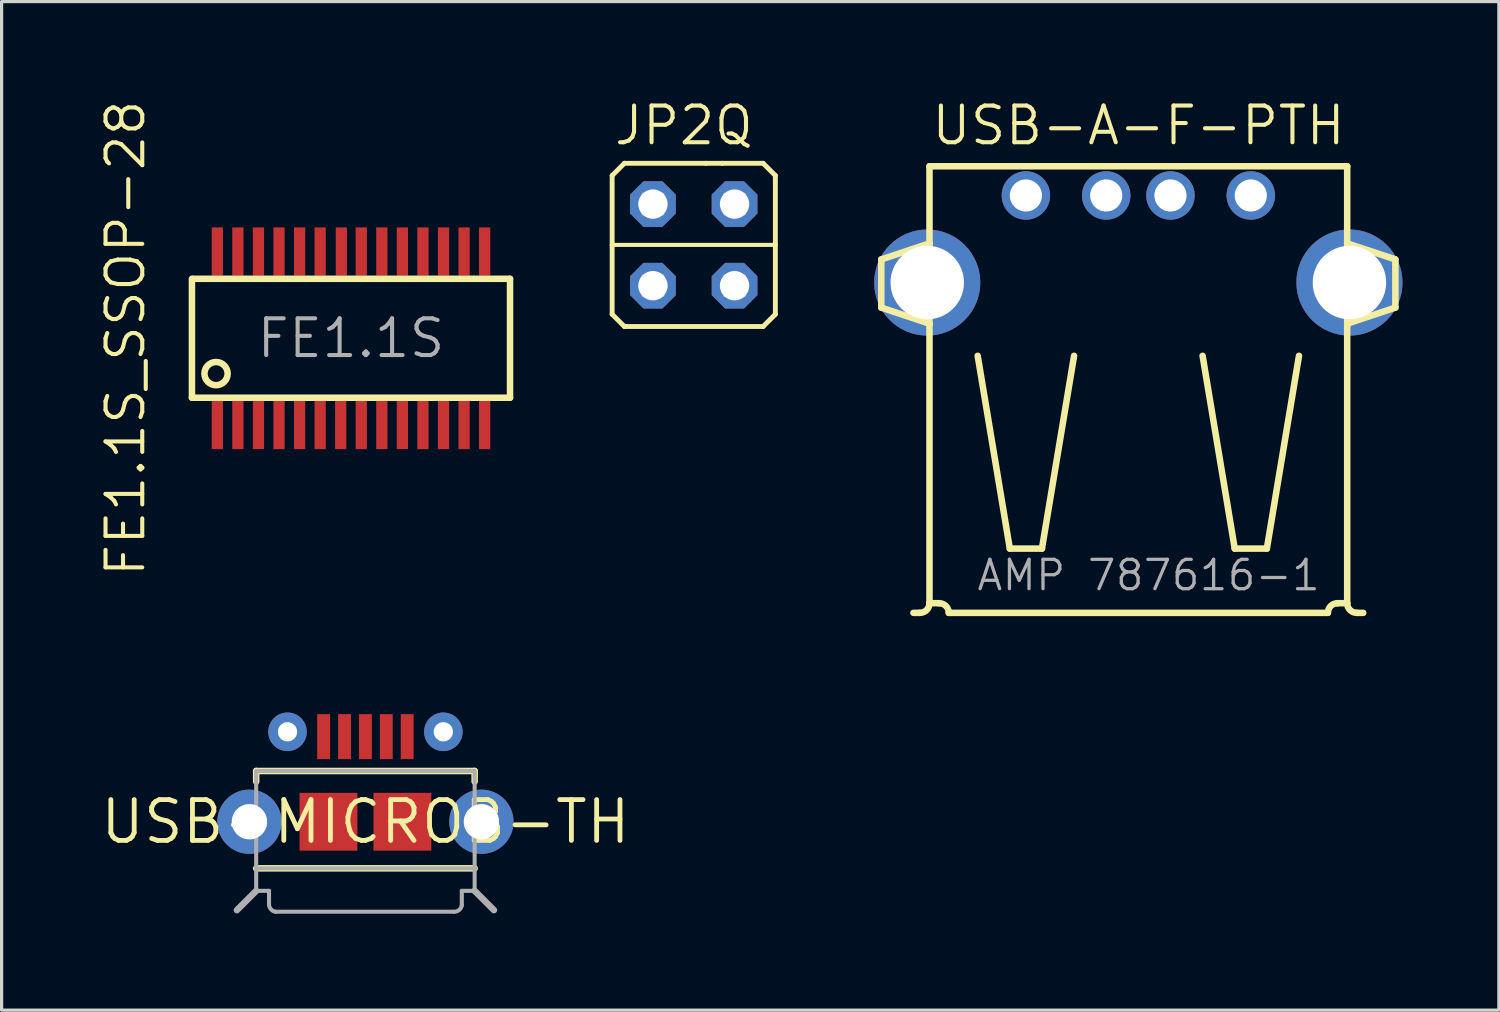
<source format=kicad_pcb>
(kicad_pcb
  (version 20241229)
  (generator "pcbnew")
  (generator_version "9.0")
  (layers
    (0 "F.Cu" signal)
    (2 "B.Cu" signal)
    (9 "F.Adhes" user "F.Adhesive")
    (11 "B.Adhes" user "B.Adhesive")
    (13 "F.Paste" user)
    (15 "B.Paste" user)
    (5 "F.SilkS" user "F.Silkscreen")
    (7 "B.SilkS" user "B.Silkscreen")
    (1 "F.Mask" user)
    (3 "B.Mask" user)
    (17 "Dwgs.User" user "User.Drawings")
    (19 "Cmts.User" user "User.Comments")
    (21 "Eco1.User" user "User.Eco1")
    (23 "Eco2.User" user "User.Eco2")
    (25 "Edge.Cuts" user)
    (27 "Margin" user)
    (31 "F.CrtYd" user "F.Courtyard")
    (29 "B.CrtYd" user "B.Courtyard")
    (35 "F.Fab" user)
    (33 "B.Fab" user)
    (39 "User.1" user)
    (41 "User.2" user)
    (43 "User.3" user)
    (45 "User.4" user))
  (footprint "FE1.1S_SSOP-28"
    (layer "F.Cu")
    (at 7.874 7.478)
    (property "Reference" "FE1.1S_SSOP-28" (at -6.35 0 90) (layer "F.SilkS") (effects (font (size 1.143 1.143) (thickness 0.127)) (justify bottom)))
    (fp_line (start -4.95 -1.85) (end -4.95 1.85) (stroke (width 0.203) (type solid)) (layer "F.SilkS"))
    (fp_line (start -4.95 1.85) (end 4.95 1.85) (stroke (width 0.203) (type solid)) (layer "F.SilkS"))
    (fp_line (start -4.93 -1.85) (end 4.95 -1.85) (stroke (width 0.203) (type solid)) (layer "F.SilkS"))
    (fp_line (start 4.95 1.85) (end 4.95 -1.85) (stroke (width 0.203) (type solid)) (layer "F.SilkS"))
    (fp_circle (center -4.2 1.1) (end -3.839 1.1) (stroke (width 0.203) (type solid)) (fill no) (layer "F.SilkS"))
    (fp_text user "FE1.1S" (at 0 0 0) (layer "F.Fab") (effects (font (size 1.143 1.143) (thickness 0.127))))
    (pad "1" smd rect (at -4.16 2.7) (size 0.35 1.5) (layers "F.Cu" "F.Mask" "F.Paste"))
    (pad "2" smd rect (at -3.52 2.7) (size 0.35 1.5) (layers "F.Cu" "F.Mask" "F.Paste"))
    (pad "3" smd rect (at -2.88 2.7) (size 0.35 1.5) (layers "F.Cu" "F.Mask" "F.Paste"))
    (pad "4" smd rect (at -2.24 2.7) (size 0.35 1.5) (layers "F.Cu" "F.Mask" "F.Paste"))
    (pad "5" smd rect (at -1.6 2.7) (size 0.35 1.5) (layers "F.Cu" "F.Mask" "F.Paste"))
    (pad "6" smd rect (at -0.96 2.7) (size 0.35 1.5) (layers "F.Cu" "F.Mask" "F.Paste"))
    (pad "7" smd rect (at -0.32 2.7) (size 0.35 1.5) (layers "F.Cu" "F.Mask" "F.Paste"))
    (pad "8" smd rect (at 0.32 2.7) (size 0.35 1.5) (layers "F.Cu" "F.Mask" "F.Paste"))
    (pad "9" smd rect (at 0.96 2.7) (size 0.35 1.5) (layers "F.Cu" "F.Mask" "F.Paste"))
    (pad "10" smd rect (at 1.6 2.7) (size 0.35 1.5) (layers "F.Cu" "F.Mask" "F.Paste"))
    (pad "11" smd rect (at 2.24 2.7) (size 0.35 1.5) (layers "F.Cu" "F.Mask" "F.Paste"))
    (pad "12" smd rect (at 2.88 2.7) (size 0.35 1.5) (layers "F.Cu" "F.Mask" "F.Paste"))
    (pad "13" smd rect (at 3.52 2.7) (size 0.35 1.5) (layers "F.Cu" "F.Mask" "F.Paste"))
    (pad "14" smd rect (at 4.16 2.7) (size 0.35 1.5) (layers "F.Cu" "F.Mask" "F.Paste"))
    (pad "15" smd rect (at 4.16 -2.7) (size 0.35 1.5) (layers "F.Cu" "F.Mask" "F.Paste"))
    (pad "16" smd rect (at 3.52 -2.7) (size 0.35 1.5) (layers "F.Cu" "F.Mask" "F.Paste"))
    (pad "17" smd rect (at 2.88 -2.7) (size 0.35 1.5) (layers "F.Cu" "F.Mask" "F.Paste"))
    (pad "18" smd rect (at 2.24 -2.7) (size 0.35 1.5) (layers "F.Cu" "F.Mask" "F.Paste"))
    (pad "19" smd rect (at 1.6 -2.7) (size 0.35 1.5) (layers "F.Cu" "F.Mask" "F.Paste"))
    (pad "20" smd rect (at 0.96 -2.7) (size 0.35 1.5) (layers "F.Cu" "F.Mask" "F.Paste"))
    (pad "21" smd rect (at 0.32 -2.7) (size 0.35 1.5) (layers "F.Cu" "F.Mask" "F.Paste"))
    (pad "22" smd rect (at -0.3 -2.7) (size 0.35 1.5) (layers "F.Cu" "F.Mask" "F.Paste"))
    (pad "23" smd rect (at -0.96 -2.7) (size 0.35 1.5) (layers "F.Cu" "F.Mask" "F.Paste"))
    (pad "24" smd rect (at -1.6 -2.7) (size 0.35 1.5) (layers "F.Cu" "F.Mask" "F.Paste"))
    (pad "25" smd rect (at -2.24 -2.7) (size 0.35 1.5) (layers "F.Cu" "F.Mask" "F.Paste"))
    (pad "26" smd rect (at -2.88 -2.7) (size 0.35 1.5) (layers "F.Cu" "F.Mask" "F.Paste"))
    (pad "27" smd rect (at -3.52 -2.7) (size 0.35 1.5) (layers "F.Cu" "F.Mask" "F.Paste"))
    (pad "28" smd rect (at -4.16 -2.7) (size 0.35 1.5) (layers "F.Cu" "F.Mask" "F.Paste")))
  (footprint "USB-A-F-PTH"
    (layer "F.Cu")
    (at 32.379 8.404)
    (property "Reference" "USB-A-F-PTH" (at -6.5 -6.88 0) (layer "F.SilkS") (effects (font (size 1.143 1.143) (thickness 0.127)) (justify left bottom)))
    (fp_line (start -8 -3.38) (end -8 -1.88) (stroke (width 0.203) (type solid)) (layer "F.SilkS"))
    (fp_line (start -8 -1.88) (end -6.5 -1.38) (stroke (width 0.203) (type solid)) (layer "F.SilkS"))
    (fp_line (start -6.8 7.62) (end -7 7.62) (stroke (width 0.203) (type solid)) (layer "F.SilkS"))
    (fp_line (start -6.5 -6.28) (end -6.5 -3.88) (stroke (width 0.203) (type solid)) (layer "F.SilkS"))
    (fp_line (start -6.5 -3.88) (end -8 -3.38) (stroke (width 0.203) (type solid)) (layer "F.SilkS"))
    (fp_line (start -6.5 -3.88) (end -6.5 -1.38) (stroke (width 0.203) (type solid)) (layer "F.SilkS"))
    (fp_line (start -6.5 -1.38) (end -6.5 7.32) (stroke (width 0.203) (type solid)) (layer "F.SilkS"))
    (fp_line (start -6.5 7.32) (end -6.5 7.32) (stroke (width 0.203) (type solid)) (layer "F.SilkS"))
    (fp_line (start -6.5 7.32) (end -6.2 7.32) (stroke (width 0.203) (type solid)) (layer "F.SilkS"))
    (fp_line (start -5.9 7.62) (end 5.9 7.62) (stroke (width 0.203) (type solid)) (layer "F.SilkS"))
    (fp_line (start -5 -0.38) (end -4 5.62) (stroke (width 0.203) (type solid)) (layer "F.SilkS"))
    (fp_line (start -4 5.62) (end -3 5.62) (stroke (width 0.203) (type solid)) (layer "F.SilkS"))
    (fp_line (start -3 5.62) (end -2 -0.38) (stroke (width 0.203) (type solid)) (layer "F.SilkS"))
    (fp_line (start 3 5.62) (end 2 -0.38) (stroke (width 0.203) (type solid)) (layer "F.SilkS"))
    (fp_line (start 4 5.62) (end 3 5.62) (stroke (width 0.203) (type solid)) (layer "F.SilkS"))
    (fp_line (start 5 -0.38) (end 4 5.62) (stroke (width 0.203) (type solid)) (layer "F.SilkS"))
    (fp_line (start 6.2 7.32) (end 6.5 7.32) (stroke (width 0.203) (type solid)) (layer "F.SilkS"))
    (fp_line (start 6.5 -6.28) (end -6.5 -6.28) (stroke (width 0.203) (type solid)) (layer "F.SilkS"))
    (fp_line (start 6.5 -3.88) (end 6.5 -6.28) (stroke (width 0.203) (type solid)) (layer "F.SilkS"))
    (fp_line (start 6.5 -3.88) (end 8 -3.38) (stroke (width 0.203) (type solid)) (layer "F.SilkS"))
    (fp_line (start 6.5 -1.38) (end 6.5 -3.88) (stroke (width 0.203) (type solid)) (layer "F.SilkS"))
    (fp_line (start 6.5 7.32) (end 6.5 -1.38) (stroke (width 0.203) (type solid)) (layer "F.SilkS"))
    (fp_line (start 6.8 7.62) (end 7 7.62) (stroke (width 0.203) (type solid)) (layer "F.SilkS"))
    (fp_line (start 8 -3.38) (end 8 -1.88) (stroke (width 0.203) (type solid)) (layer "F.SilkS"))
    (fp_line (start 8 -1.88) (end 6.5 -1.38) (stroke (width 0.203) (type solid)) (layer "F.SilkS"))
    (fp_arc (start -6.4999 7.32) (mid -6.587768 7.532132) (end -6.7999 7.62) (stroke (width 0.2032) (type solid)) (layer "F.SilkS"))
    (fp_arc (start -6.2 7.32) (mid -5.987868 7.407868) (end -5.9 7.62) (stroke (width 0.2032) (type solid)) (layer "F.SilkS"))
    (fp_arc (start 5.9 7.62) (mid 5.987861 7.407833) (end 6.199998 7.3199) (stroke (width 0.2032) (type solid)) (layer "F.SilkS"))
    (fp_arc (start 6.8 7.62) (mid 6.587868 7.532132) (end 6.5 7.32) (stroke (width 0.2032) (type solid)) (layer "F.SilkS"))
    (fp_text user "AMP 787616-1" (at -5.08 6.985 0) (layer "F.Fab") (effects (font (size 0.914 0.914) (thickness 0.102)) (justify left bottom)))
    (pad "D+" thru_hole circle (at 1 -5.37) (size 1.508 1.508) (drill 1) (layers "*.Cu" "*.Mask"))
    (pad "D-" thru_hole circle (at -1 -5.37) (size 1.508 1.508) (drill 1) (layers "*.Cu" "*.Mask"))
    (pad "GND" thru_hole circle (at 3.5 -5.37) (size 1.508 1.508) (drill 1) (layers "*.Cu" "*.Mask"))
    (pad "P$1" thru_hole circle (at -6.57 -2.66) (size 3.302 3.302) (drill 2.286) (layers "*.Cu" "*.Mask"))
    (pad "P$2" thru_hole circle (at 6.57 -2.66) (size 3.302 3.302) (drill 2.286) (layers "*.Cu" "*.Mask"))
    (pad "VBUS" thru_hole circle (at -3.5 -5.37) (size 1.508 1.508) (drill 1) (layers "*.Cu" "*.Mask")))
  (footprint "USB-MICROB-TH"
    (layer "F.Cu")
    (at 8.323 22.526)
    (property "Reference" "USB-MICROB-TH" (at 0 0 0) (layer "F.SilkS") (effects (font (size 1.27 1.27) (thickness 0.15))))
    (attr through_hole)
    (fp_line (start -3.4 -1.58) (end 3.4 -1.58) (stroke (width 0.203) (type solid)) (layer "F.SilkS"))
    (fp_line (start -3.4 -1.25) (end -3.4 -1.58) (stroke (width 0.203) (type solid)) (layer "F.SilkS"))
    (fp_line (start -3.4 1.45) (end 3.4 1.45) (stroke (width 0.203) (type solid)) (layer "F.SilkS"))
    (fp_line (start 3.4 -1.25) (end 3.4 -1.58) (stroke (width 0.203) (type solid)) (layer "F.SilkS"))
    (fp_line (start -3.4 -1.58) (end 3.4 -1.58) (stroke (width 0.127) (type solid)) (layer "F.Fab"))
    (fp_line (start -3.4 1.45) (end -3.4 -1.58) (stroke (width 0.127) (type solid)) (layer "F.Fab"))
    (fp_line (start -3.4 1.45) (end 3.4 1.45) (stroke (width 0.127) (type solid)) (layer "F.Fab"))
    (fp_line (start -3.4 2.15) (end -4 2.75) (stroke (width 0.203) (type solid)) (layer "F.Fab"))
    (fp_line (start -3.4 2.15) (end -3.4 1.45) (stroke (width 0.127) (type solid)) (layer "F.Fab"))
    (fp_line (start -3.4 2.15) (end -3 2.15) (stroke (width 0.127) (type solid)) (layer "F.Fab"))
    (fp_line (start -3 2.15) (end -3 2.55) (stroke (width 0.127) (type solid)) (layer "F.Fab"))
    (fp_line (start -2.8 2.8) (end 2.75 2.8) (stroke (width 0.127) (type solid)) (layer "F.Fab"))
    (fp_line (start 3 2.15) (end 3.4 2.15) (stroke (width 0.127) (type solid)) (layer "F.Fab"))
    (fp_line (start 3 2.6) (end 3 2.15) (stroke (width 0.127) (type solid)) (layer "F.Fab"))
    (fp_line (start 3.4 -1.58) (end 3.4 1.45) (stroke (width 0.127) (type solid)) (layer "F.Fab"))
    (fp_line (start 3.4 1.45) (end 3.4 2.15) (stroke (width 0.127) (type solid)) (layer "F.Fab"))
    (fp_line (start 3.4 2.15) (end 4 2.75) (stroke (width 0.203) (type solid)) (layer "F.Fab"))
    (fp_arc (start -2.799998 2.8) (mid -2.948325 2.713661) (end -3 2.55) (stroke (width 0.127) (type solid)) (layer "F.Fab"))
    (fp_arc (start 3 2.599998) (mid 2.913661 2.748325) (end 2.75 2.8) (stroke (width 0.127) (type solid)) (layer "F.Fab"))
    (pad "D+" smd rect (at 0 -2.65 90) (size 1.4 0.4) (layers "F.Cu" "F.Mask" "F.Paste"))
    (pad "D-" smd rect (at -0.65 -2.65 90) (size 1.4 0.4) (layers "F.Cu" "F.Mask" "F.Paste"))
    (pad "GND" smd rect (at 1.3 -2.65 90) (size 1.4 0.4) (layers "F.Cu" "F.Mask" "F.Paste"))
    (pad "ID" smd rect (at 0.65 -2.65 90) (size 1.4 0.4) (layers "F.Cu" "F.Mask" "F.Paste"))
    (pad "M5" smd rect (at -1.15 0 90) (size 1.8 1.8) (layers "F.Cu" "F.Mask" "F.Paste"))
    (pad "M6" smd rect (at 1.15 0 90) (size 1.8 1.8) (layers "F.Cu" "F.Mask" "F.Paste"))
    (pad "MT1" thru_hole circle (at -2.425 -2.8) (size 1.2 1.2) (drill 0.6) (layers "*.Cu" "*.Mask"))
    (pad "MT2" thru_hole circle (at 2.425 -2.8) (size 1.2 1.2) (drill 0.6) (layers "*.Cu" "*.Mask"))
    (pad "MT3" thru_hole circle (at -3.61 0 180) (size 2 2) (drill 1.1) (layers "*.Cu" "*.Mask"))
    (pad "MT4" thru_hole circle (at 3.61 0 90) (size 2 2) (drill 1.1) (layers "*.Cu" "*.Mask"))
    (pad "VBUS" smd rect (at -1.3 -2.65 90) (size 1.4 0.4) (layers "F.Cu" "F.Mask" "F.Paste")))
  (footprint "JP2Q"
    (layer "F.Cu")
    (at 18.542 4.572)
    (property "Reference" "JP2Q" (at -2.54 -3.048 0) (layer "F.SilkS") (effects (font (size 1.143 1.143) (thickness 0.127)) (justify left bottom)))
    (fp_line (start -2.54 -2.159) (end -2.159 -2.54) (stroke (width 0.152) (type solid)) (layer "F.SilkS"))
    (fp_line (start -2.54 0) (end -2.54 -2.159) (stroke (width 0.152) (type solid)) (layer "F.SilkS"))
    (fp_line (start -2.54 0) (end 2.54 0) (stroke (width 0.127) (type solid)) (layer "F.SilkS"))
    (fp_line (start -2.54 2.159) (end -2.54 0) (stroke (width 0.152) (type solid)) (layer "F.SilkS"))
    (fp_line (start -2.54 2.159) (end -2.159 2.54) (stroke (width 0.152) (type solid)) (layer "F.SilkS"))
    (fp_line (start -2.159 -2.54) (end 0.381 -2.54) (stroke (width 0.152) (type solid)) (layer "F.SilkS"))
    (fp_line (start -2.159 2.54) (end 2.159 2.54) (stroke (width 0.152) (type solid)) (layer "F.SilkS"))
    (fp_line (start 0.381 -2.54) (end 0.889 -2.54) (stroke (width 0.152) (type solid)) (layer "F.SilkS"))
    (fp_line (start 0.889 -2.54) (end 2.159 -2.54) (stroke (width 0.152) (type solid)) (layer "F.SilkS"))
    (fp_line (start 2.54 -2.159) (end 2.159 -2.54) (stroke (width 0.152) (type solid)) (layer "F.SilkS"))
    (fp_line (start 2.54 -2.159) (end 2.54 0) (stroke (width 0.152) (type solid)) (layer "F.SilkS"))
    (fp_line (start 2.54 0) (end 2.54 2.159) (stroke (width 0.152) (type solid)) (layer "F.SilkS"))
    (fp_line (start 2.54 2.159) (end 2.159 2.54) (stroke (width 0.152) (type solid)) (layer "F.SilkS"))
    (fp_poly (pts (xy -1.575 -0.965) (xy -0.965 -0.965) (xy -0.965 -1.575) (xy -1.575 -1.575)) (stroke (width 0.1) (type solid)) (fill no) (layer "F.Fab"))
    (fp_poly (pts (xy -1.575 1.575) (xy -0.965 1.575) (xy -0.965 0.965) (xy -1.575 0.965)) (stroke (width 0.1) (type solid)) (fill no) (layer "F.Fab"))
    (fp_poly (pts (xy 0.965 -0.965) (xy 1.575 -0.965) (xy 1.575 -1.575) (xy 0.965 -1.575)) (stroke (width 0.1) (type solid)) (fill no) (layer "F.Fab"))
    (fp_poly (pts (xy 0.965 1.575) (xy 1.575 1.575) (xy 1.575 0.965) (xy 0.965 0.965)) (stroke (width 0.1) (type solid)) (fill no) (layer "F.Fab"))
    (pad "1" thru_hole roundrect (at -1.27 1.27) (size 1.422 1.422) (drill 0.914) (layers "*.Cu" "*.Mask") (roundrect_rratio 0.25) (chamfer_ratio 0.293) (chamfer top_left top_right bottom_left bottom_right))
    (pad "2" thru_hole roundrect (at 1.27 1.27) (size 1.422 1.422) (drill 0.914) (layers "*.Cu" "*.Mask") (roundrect_rratio 0.25) (chamfer_ratio 0.293) (chamfer top_left top_right bottom_left bottom_right))
    (pad "3" thru_hole roundrect (at -1.27 -1.27) (size 1.422 1.422) (drill 0.914) (layers "*.Cu" "*.Mask") (roundrect_rratio 0.25) (chamfer_ratio 0.293) (chamfer top_left top_right bottom_left bottom_right))
    (pad "4" thru_hole roundrect (at 1.27 -1.27) (size 1.422 1.422) (drill 0.914) (layers "*.Cu" "*.Mask") (roundrect_rratio 0.25) (chamfer_ratio 0.293) (chamfer top_left top_right bottom_left bottom_right)))
  (gr_rect
    (start -3 -3)
    (end 43.6 28.39)
    (stroke (width 0.1) (type default))
    (fill no)
    (layer "Edge.Cuts")))
</source>
